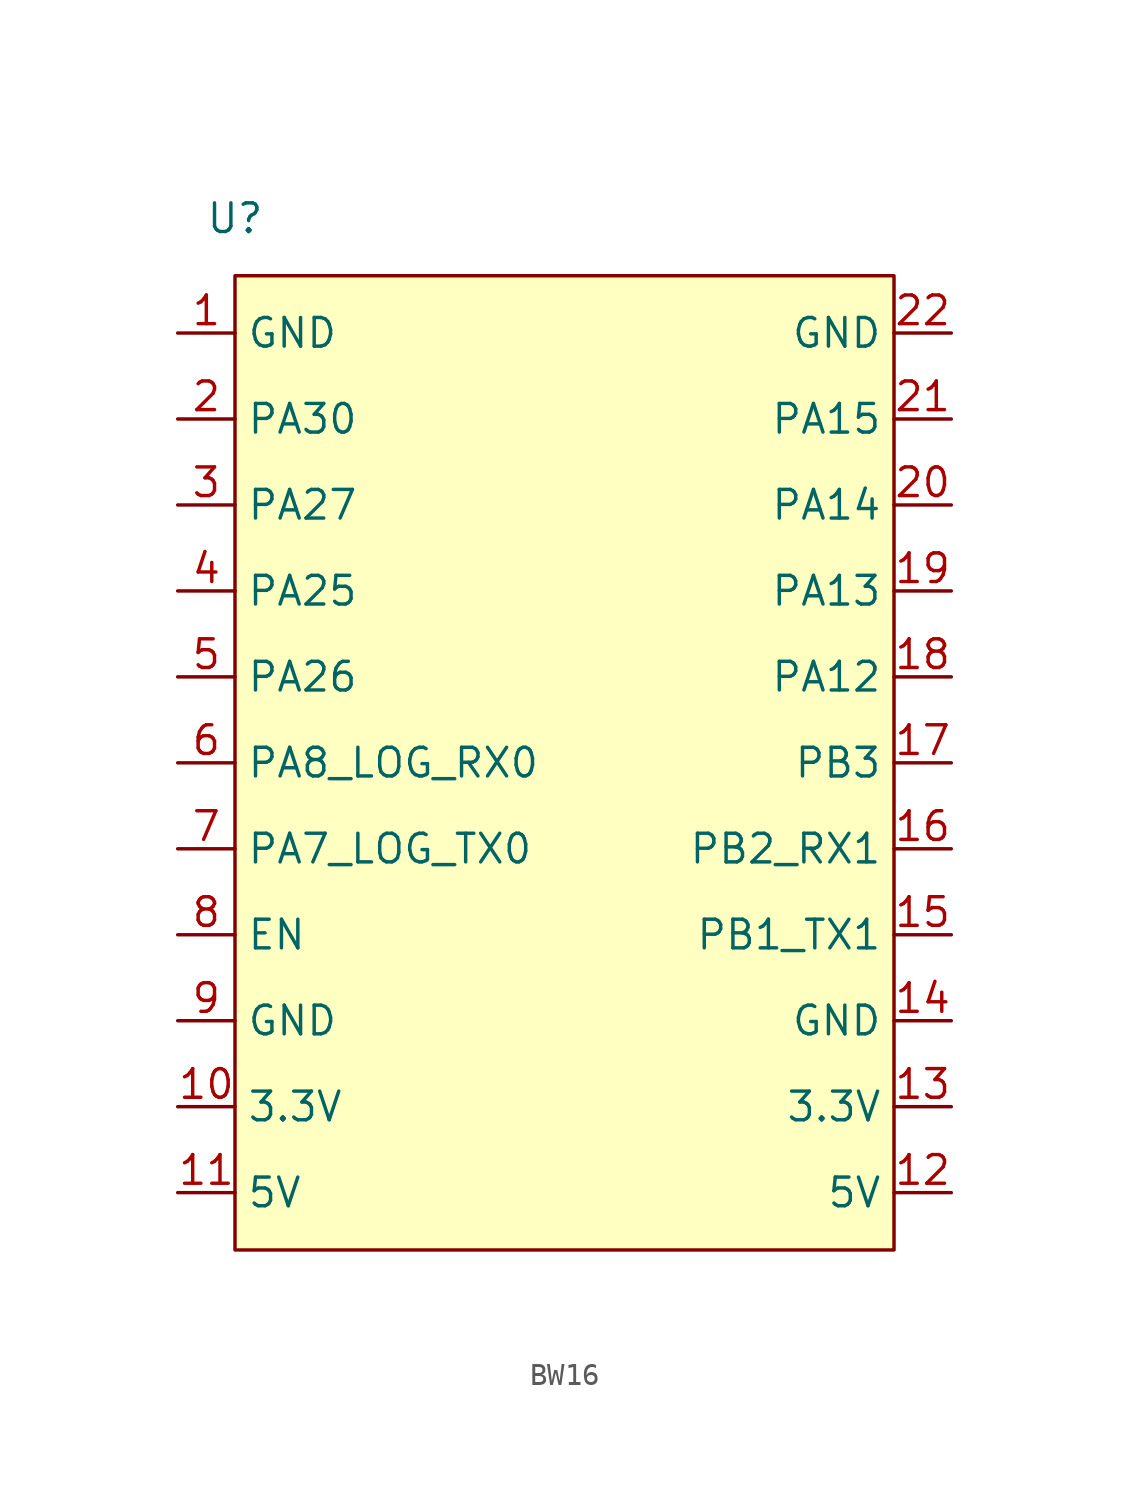
<source format=kicad_sym>
(kicad_symbol_lib
  (version 20220914)
  (generator kicad_symbol_editor)
  (symbol "BW16"
    (property "Reference" "U"
      (at 0 0 0)
      (effects (font (size 1.27 1.27))))
    (property "Value" ""
      (at 0 0 0)
      (effects (font (size 1.27 1.27))))
    (symbol "BW16_1_1"
      (rectangle (start 0 -2.54) (end 29.21 -45.72) (stroke (width 0) (type default)) (fill (type background)))
      (pin power_in line (at -2.54 -5.08 0) (length 2.54) (name "GND" (effects (font (size 1.27 1.27)))) (number "1" (effects (font (size 1.27 1.27)))))
      (pin power_out line (at -2.54 -39.37 0) (length 2.54) (name "3.3V" (effects (font (size 1.27 1.27)))) (number "10" (effects (font (size 1.27 1.27)))))
      (pin power_in line (at -2.54 -43.18 0) (length 2.54) (name "5V" (effects (font (size 1.27 1.27)))) (number "11" (effects (font (size 1.27 1.27)))))
      (pin power_in line (at 31.75 -43.18 180) (length 2.54) (name "5V" (effects (font (size 1.27 1.27)))) (number "12" (effects (font (size 1.27 1.27)))))
      (pin power_out line (at 31.75 -39.37 180) (length 2.54) (name "3.3V" (effects (font (size 1.27 1.27)))) (number "13" (effects (font (size 1.27 1.27)))))
      (pin power_in line (at 31.75 -35.56 180) (length 2.54) (name "GND" (effects (font (size 1.27 1.27)))) (number "14" (effects (font (size 1.27 1.27)))))
      (pin output line (at 31.75 -31.75 180) (length 2.54) (name "PB1_TX1" (effects (font (size 1.27 1.27)))) (number "15" (effects (font (size 1.27 1.27)))))
      (pin input line (at 31.75 -27.94 180) (length 2.54) (name "PB2_RX1" (effects (font (size 1.27 1.27)))) (number "16" (effects (font (size 1.27 1.27)))))
      (pin bidirectional line (at 31.75 -24.13 180) (length 2.54) (name "PB3" (effects (font (size 1.27 1.27)))) (number "17" (effects (font (size 1.27 1.27)))))
      (pin bidirectional line (at 31.75 -20.32 180) (length 2.54) (name "PA12" (effects (font (size 1.27 1.27)))) (number "18" (effects (font (size 1.27 1.27)))))
      (pin bidirectional line (at 31.75 -16.51 180) (length 2.54) (name "PA13" (effects (font (size 1.27 1.27)))) (number "19" (effects (font (size 1.27 1.27)))))
      (pin bidirectional line (at -2.54 -8.89 0) (length 2.54) (name "PA30" (effects (font (size 1.27 1.27)))) (number "2" (effects (font (size 1.27 1.27)))))
      (pin bidirectional line (at 31.75 -12.7 180) (length 2.54) (name "PA14" (effects (font (size 1.27 1.27)))) (number "20" (effects (font (size 1.27 1.27)))))
      (pin bidirectional line (at 31.75 -8.89 180) (length 2.54) (name "PA15" (effects (font (size 1.27 1.27)))) (number "21" (effects (font (size 1.27 1.27)))))
      (pin power_in line (at 31.75 -5.08 180) (length 2.54) (name "GND" (effects (font (size 1.27 1.27)))) (number "22" (effects (font (size 1.27 1.27)))))
      (pin bidirectional line (at -2.54 -12.7 0) (length 2.54) (name "PA27" (effects (font (size 1.27 1.27)))) (number "3" (effects (font (size 1.27 1.27)))))
      (pin bidirectional line (at -2.54 -16.51 0) (length 2.54) (name "PA25" (effects (font (size 1.27 1.27)))) (number "4" (effects (font (size 1.27 1.27)))))
      (pin bidirectional line (at -2.54 -20.32 0) (length 2.54) (name "PA26" (effects (font (size 1.27 1.27)))) (number "5" (effects (font (size 1.27 1.27)))))
      (pin input line (at -2.54 -24.13 0) (length 2.54) (name "PA8_LOG_RX0" (effects (font (size 1.27 1.27)))) (number "6" (effects (font (size 1.27 1.27)))))
      (pin output line (at -2.54 -27.94 0) (length 2.54) (name "PA7_LOG_TX0" (effects (font (size 1.27 1.27)))) (number "7" (effects (font (size 1.27 1.27)))))
      (pin input line (at -2.54 -31.75 0) (length 2.54) (name "EN" (effects (font (size 1.27 1.27)))) (number "8" (effects (font (size 1.27 1.27)))))
      (pin power_in line (at -2.54 -35.56 0) (length 2.54) (name "GND" (effects (font (size 1.27 1.27)))) (number "9" (effects (font (size 1.27 1.27))))))))
</source>
